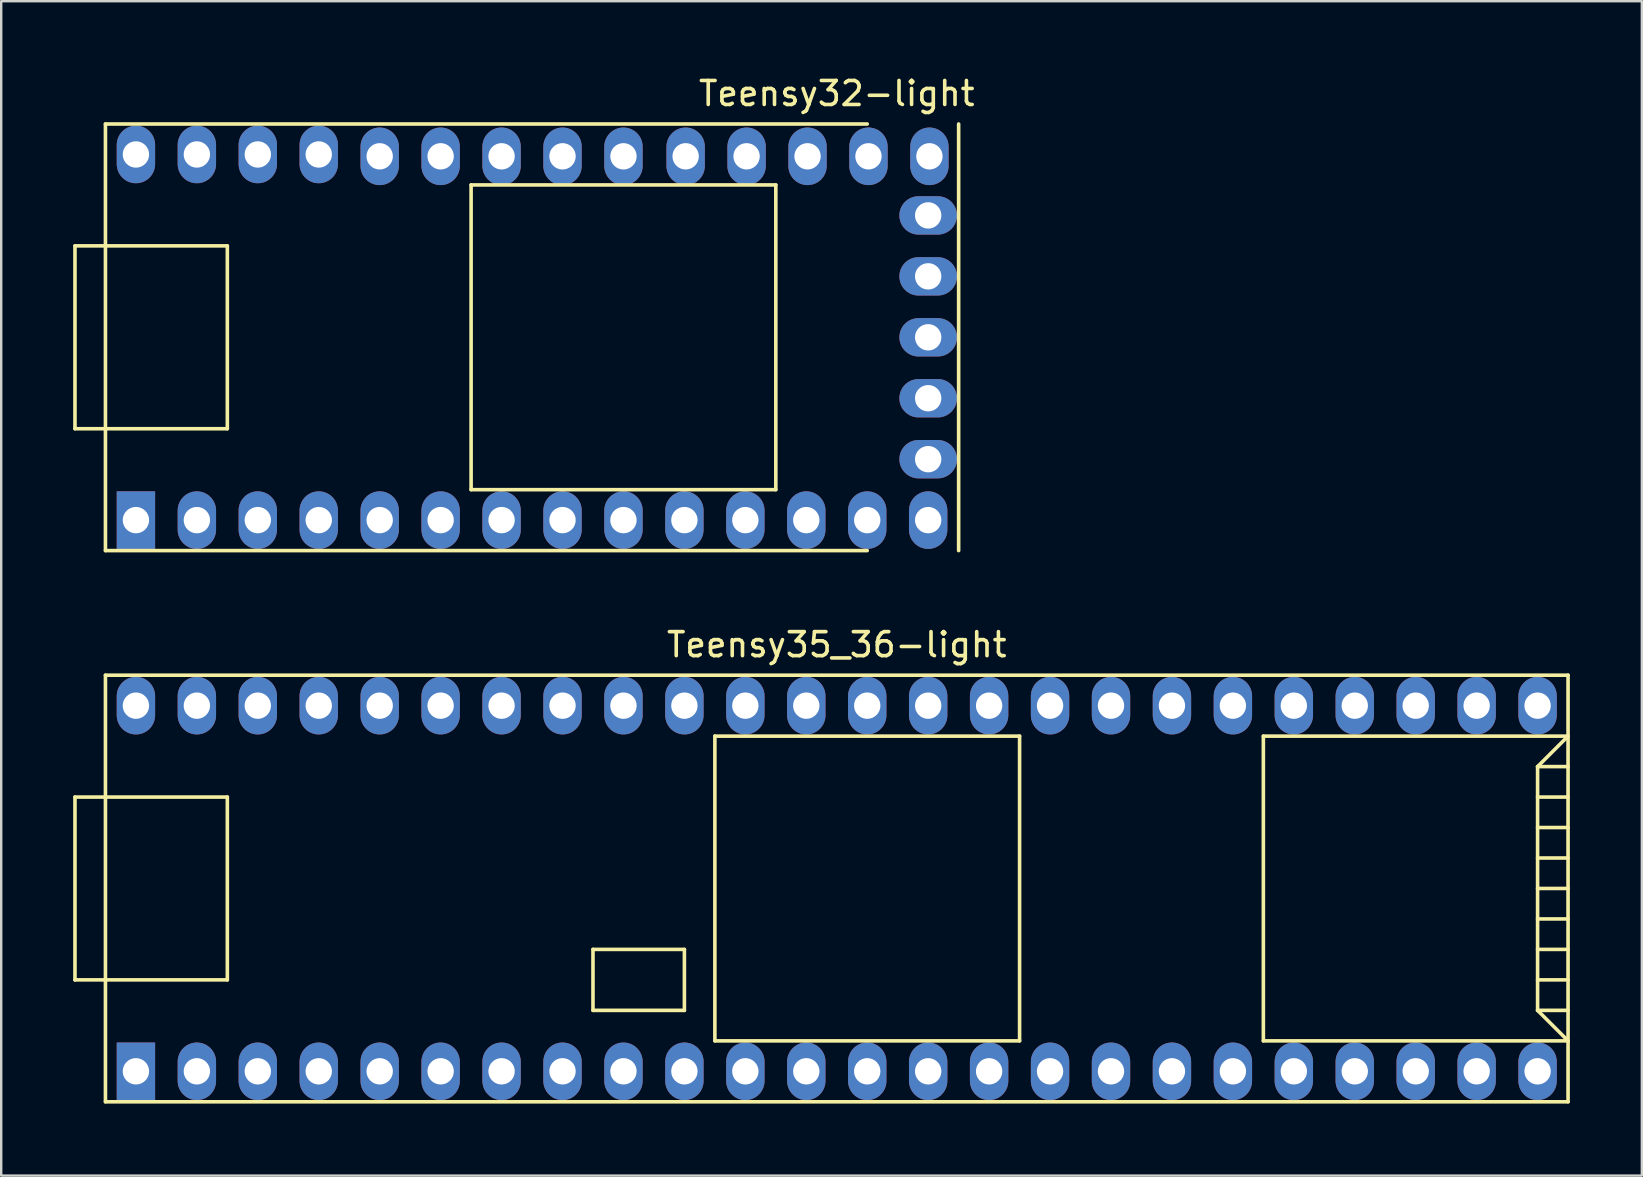
<source format=kicad_pcb>
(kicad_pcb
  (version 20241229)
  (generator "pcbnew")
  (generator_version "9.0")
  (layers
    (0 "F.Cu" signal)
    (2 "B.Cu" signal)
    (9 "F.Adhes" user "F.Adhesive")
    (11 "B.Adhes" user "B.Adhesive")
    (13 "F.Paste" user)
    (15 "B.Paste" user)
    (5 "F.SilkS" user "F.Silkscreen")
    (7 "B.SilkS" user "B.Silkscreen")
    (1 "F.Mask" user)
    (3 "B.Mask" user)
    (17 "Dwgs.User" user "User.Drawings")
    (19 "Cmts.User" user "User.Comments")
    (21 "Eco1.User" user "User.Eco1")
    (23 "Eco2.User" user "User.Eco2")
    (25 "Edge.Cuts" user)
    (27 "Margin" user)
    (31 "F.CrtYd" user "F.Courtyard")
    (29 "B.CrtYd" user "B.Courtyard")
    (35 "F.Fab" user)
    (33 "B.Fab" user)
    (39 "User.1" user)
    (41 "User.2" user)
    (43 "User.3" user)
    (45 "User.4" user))
  (footprint "Teensy32-light"
    (layer "F.Cu")
    (at 31.825 11.008)
    (property "Reference" "Teensy32-light" (at 0 -10.16 0) (layer "F.SilkS") (effects (font (size 1 1) (thickness 0.15))))
    (attr through_hole)
    (fp_line (start -31.75 -3.81) (end -30.48 -3.81) (stroke (width 0.15) (type solid)) (layer "F.SilkS"))
    (fp_line (start -31.75 3.81) (end -31.75 -3.81) (stroke (width 0.15) (type solid)) (layer "F.SilkS"))
    (fp_line (start -30.48 3.81) (end -31.75 3.81) (stroke (width 0.15) (type solid)) (layer "F.SilkS"))
    (fp_line (start -30.48 8.89) (end -30.48 -8.89) (stroke (width 0.15) (type solid)) (layer "F.SilkS"))
    (fp_line (start -30.48 8.89) (end 1.27 8.89) (stroke (width 0.15) (type solid)) (layer "F.SilkS"))
    (fp_line (start -25.4 -3.81) (end -30.48 -3.81) (stroke (width 0.15) (type solid)) (layer "F.SilkS"))
    (fp_line (start -25.4 3.81) (end -30.48 3.81) (stroke (width 0.15) (type solid)) (layer "F.SilkS"))
    (fp_line (start -25.4 3.81) (end -25.4 -3.81) (stroke (width 0.15) (type solid)) (layer "F.SilkS"))
    (fp_line (start -15.24 -6.35) (end -15.24 6.35) (stroke (width 0.15) (type solid)) (layer "F.SilkS"))
    (fp_line (start -15.24 -6.35) (end -2.54 -6.35) (stroke (width 0.15) (type solid)) (layer "F.SilkS"))
    (fp_line (start -15.24 6.35) (end -2.54 6.35) (stroke (width 0.15) (type solid)) (layer "F.SilkS"))
    (fp_line (start -2.54 6.35) (end -2.54 -6.35) (stroke (width 0.15) (type solid)) (layer "F.SilkS"))
    (fp_line (start 1.27 -8.89) (end -30.48 -8.89) (stroke (width 0.15) (type solid)) (layer "F.SilkS"))
    (fp_line (start 5.08 -8.89) (end 5.08 8.89) (stroke (width 0.15) (type solid)) (layer "F.SilkS"))
    (pad "1" thru_hole rect (at -29.21 7.62) (size 1.6 2.4) (drill 1.1) (layers "*.Cu" "*.Mask"))
    (pad "2" thru_hole oval (at -26.67 7.62) (size 1.6 2.4) (drill 1.1) (layers "*.Cu" "*.Mask"))
    (pad "3" thru_hole oval (at -24.13 7.62) (size 1.6 2.4) (drill 1.1) (layers "*.Cu" "*.Mask"))
    (pad "4" thru_hole oval (at -21.59 7.62) (size 1.6 2.4) (drill 1.1) (layers "*.Cu" "*.Mask"))
    (pad "5" thru_hole oval (at -19.05 7.62) (size 1.6 2.4) (drill 1.1) (layers "*.Cu" "*.Mask"))
    (pad "6" thru_hole oval (at -16.51 7.62) (size 1.6 2.4) (drill 1.1) (layers "*.Cu" "*.Mask"))
    (pad "7" thru_hole oval (at -13.97 7.62) (size 1.6 2.4) (drill 1.1) (layers "*.Cu" "*.Mask"))
    (pad "8" thru_hole oval (at -11.43 7.62) (size 1.6 2.4) (drill 1.1) (layers "*.Cu" "*.Mask"))
    (pad "9" thru_hole oval (at -8.89 7.62) (size 1.6 2.4) (drill 1.1) (layers "*.Cu" "*.Mask"))
    (pad "10" thru_hole oval (at -6.35 7.62) (size 1.6 2.4) (drill 1.1) (layers "*.Cu" "*.Mask"))
    (pad "11" thru_hole oval (at -3.81 7.62) (size 1.6 2.4) (drill 1.1) (layers "*.Cu" "*.Mask"))
    (pad "12" thru_hole oval (at -1.27 7.62) (size 1.6 2.4) (drill 1.1) (layers "*.Cu" "*.Mask"))
    (pad "13" thru_hole oval (at 1.27 7.62 180) (size 1.6 2.4) (drill 1.1) (layers "*.Cu" "*.Mask"))
    (pad "14" thru_hole oval (at 3.81 7.62 180) (size 1.6 2.4) (drill 1.1) (layers "*.Cu" "*.Mask"))
    (pad "15" thru_hole oval (at 3.81 5.08 90) (size 1.6 2.4) (drill 1.1) (layers "*.Cu" "*.Mask"))
    (pad "16" thru_hole oval (at 3.81 2.54 90) (size 1.6 2.4) (drill 1.1) (layers "*.Cu" "*.Mask"))
    (pad "17" thru_hole oval (at 3.81 0 90) (size 1.6 2.4) (drill 1.1) (layers "*.Cu" "*.Mask"))
    (pad "18" thru_hole oval (at 3.81 -2.54 270) (size 1.6 2.4) (drill 1.1) (layers "*.Cu" "*.Mask"))
    (pad "19" thru_hole oval (at 3.81 -5.08 270) (size 1.6 2.4) (drill 1.1) (layers "*.Cu" "*.Mask"))
    (pad "20" thru_hole oval (at 3.862 -7.543 180) (size 1.6 2.4) (drill 1.1) (layers "*.Cu" "*.Mask"))
    (pad "21" thru_hole oval (at 1.322 -7.543 180) (size 1.6 2.4) (drill 1.1) (layers "*.Cu" "*.Mask"))
    (pad "22" thru_hole oval (at -1.218 -7.543 180) (size 1.6 2.4) (drill 1.1) (layers "*.Cu" "*.Mask"))
    (pad "23" thru_hole oval (at -3.758 -7.543 180) (size 1.6 2.4) (drill 1.1) (layers "*.Cu" "*.Mask"))
    (pad "24" thru_hole oval (at -6.298 -7.543 180) (size 1.6 2.4) (drill 1.1) (layers "*.Cu" "*.Mask"))
    (pad "25" thru_hole oval (at -8.89 -7.543 180) (size 1.6 2.4) (drill 1.1) (layers "*.Cu" "*.Mask"))
    (pad "26" thru_hole oval (at -11.43 -7.543 180) (size 1.6 2.4) (drill 1.1) (layers "*.Cu" "*.Mask"))
    (pad "27" thru_hole oval (at -13.97 -7.543 180) (size 1.6 2.4) (drill 1.1) (layers "*.Cu" "*.Mask"))
    (pad "28" thru_hole oval (at -16.51 -7.543 180) (size 1.6 2.4) (drill 1.1) (layers "*.Cu" "*.Mask"))
    (pad "29" thru_hole oval (at -19.05 -7.543 180) (size 1.6 2.4) (drill 1.1) (layers "*.Cu" "*.Mask"))
    (pad "30" thru_hole oval (at -21.59 -7.62 180) (size 1.6 2.4) (drill 1.1) (layers "*.Cu" "*.Mask"))
    (pad "31" thru_hole oval (at -24.13 -7.62 180) (size 1.6 2.4) (drill 1.1) (layers "*.Cu" "*.Mask"))
    (pad "32" thru_hole oval (at -26.67 -7.62 180) (size 1.6 2.4) (drill 1.1) (layers "*.Cu" "*.Mask"))
    (pad "33" thru_hole oval (at -29.21 -7.62 180) (size 1.6 2.4) (drill 1.1) (layers "*.Cu" "*.Mask")))
  (footprint "Teensy35_36-light"
    (layer "F.Cu")
    (at 31.825 33.981)
    (property "Reference" "Teensy35_36-light" (at 0 -10.16 0) (layer "F.SilkS") (effects (font (size 1 1) (thickness 0.15))))
    (attr through_hole)
    (fp_line (start -31.75 -3.81) (end -30.48 -3.81) (stroke (width 0.15) (type solid)) (layer "F.SilkS"))
    (fp_line (start -31.75 3.81) (end -31.75 -3.81) (stroke (width 0.15) (type solid)) (layer "F.SilkS"))
    (fp_line (start -30.48 3.81) (end -31.75 3.81) (stroke (width 0.15) (type solid)) (layer "F.SilkS"))
    (fp_line (start -30.48 8.89) (end -30.48 -8.89) (stroke (width 0.15) (type solid)) (layer "F.SilkS"))
    (fp_line (start -30.48 8.89) (end 30.48 8.89) (stroke (width 0.15) (type solid)) (layer "F.SilkS"))
    (fp_line (start -25.4 -3.81) (end -30.48 -3.81) (stroke (width 0.15) (type solid)) (layer "F.SilkS"))
    (fp_line (start -25.4 3.81) (end -30.48 3.81) (stroke (width 0.15) (type solid)) (layer "F.SilkS"))
    (fp_line (start -25.4 3.81) (end -25.4 -3.81) (stroke (width 0.15) (type solid)) (layer "F.SilkS"))
    (fp_line (start -10.16 2.54) (end -6.35 2.54) (stroke (width 0.15) (type solid)) (layer "F.SilkS"))
    (fp_line (start -10.16 5.08) (end -10.16 2.54) (stroke (width 0.15) (type solid)) (layer "F.SilkS"))
    (fp_line (start -6.35 2.54) (end -6.35 5.08) (stroke (width 0.15) (type solid)) (layer "F.SilkS"))
    (fp_line (start -6.35 5.08) (end -10.16 5.08) (stroke (width 0.15) (type solid)) (layer "F.SilkS"))
    (fp_line (start -5.08 -6.35) (end -5.08 6.35) (stroke (width 0.15) (type solid)) (layer "F.SilkS"))
    (fp_line (start -5.08 -6.35) (end 7.62 -6.35) (stroke (width 0.15) (type solid)) (layer "F.SilkS"))
    (fp_line (start -5.08 6.35) (end 7.62 6.35) (stroke (width 0.15) (type solid)) (layer "F.SilkS"))
    (fp_line (start 7.62 6.35) (end 7.62 -6.35) (stroke (width 0.15) (type solid)) (layer "F.SilkS"))
    (fp_line (start 17.78 -6.35) (end 17.78 6.35) (stroke (width 0.15) (type solid)) (layer "F.SilkS"))
    (fp_line (start 17.78 6.35) (end 30.48 6.35) (stroke (width 0.15) (type solid)) (layer "F.SilkS"))
    (fp_line (start 29.21 -5.08) (end 30.48 -6.35) (stroke (width 0.15) (type solid)) (layer "F.SilkS"))
    (fp_line (start 29.21 -5.08) (end 30.48 -5.08) (stroke (width 0.15) (type solid)) (layer "F.SilkS"))
    (fp_line (start 29.21 -3.81) (end 30.48 -3.81) (stroke (width 0.15) (type solid)) (layer "F.SilkS"))
    (fp_line (start 29.21 -2.54) (end 30.48 -2.54) (stroke (width 0.15) (type solid)) (layer "F.SilkS"))
    (fp_line (start 29.21 -1.27) (end 30.48 -1.27) (stroke (width 0.15) (type solid)) (layer "F.SilkS"))
    (fp_line (start 29.21 0) (end 30.48 0) (stroke (width 0.15) (type solid)) (layer "F.SilkS"))
    (fp_line (start 29.21 1.27) (end 30.48 1.27) (stroke (width 0.15) (type solid)) (layer "F.SilkS"))
    (fp_line (start 29.21 2.54) (end 30.48 2.54) (stroke (width 0.15) (type solid)) (layer "F.SilkS"))
    (fp_line (start 29.21 3.81) (end 30.48 3.81) (stroke (width 0.15) (type solid)) (layer "F.SilkS"))
    (fp_line (start 29.21 5.08) (end 29.21 -5.08) (stroke (width 0.15) (type solid)) (layer "F.SilkS"))
    (fp_line (start 29.21 5.08) (end 30.48 5.08) (stroke (width 0.15) (type solid)) (layer "F.SilkS"))
    (fp_line (start 30.48 -8.89) (end -30.48 -8.89) (stroke (width 0.15) (type solid)) (layer "F.SilkS"))
    (fp_line (start 30.48 -8.89) (end 30.48 8.89) (stroke (width 0.15) (type solid)) (layer "F.SilkS"))
    (fp_line (start 30.48 -6.35) (end 17.78 -6.35) (stroke (width 0.15) (type solid)) (layer "F.SilkS"))
    (fp_line (start 30.48 6.35) (end 29.21 5.08) (stroke (width 0.15) (type solid)) (layer "F.SilkS"))
    (pad "1" thru_hole rect (at -29.21 7.62) (size 1.6 2.4) (drill 1.1) (layers "*.Cu" "*.Mask"))
    (pad "2" thru_hole oval (at -26.67 7.62) (size 1.6 2.4) (drill 1.1) (layers "*.Cu" "*.Mask"))
    (pad "3" thru_hole oval (at -24.13 7.62) (size 1.6 2.4) (drill 1.1) (layers "*.Cu" "*.Mask"))
    (pad "4" thru_hole oval (at -21.59 7.62) (size 1.6 2.4) (drill 1.1) (layers "*.Cu" "*.Mask"))
    (pad "5" thru_hole oval (at -19.05 7.62) (size 1.6 2.4) (drill 1.1) (layers "*.Cu" "*.Mask"))
    (pad "6" thru_hole oval (at -16.51 7.62) (size 1.6 2.4) (drill 1.1) (layers "*.Cu" "*.Mask"))
    (pad "7" thru_hole oval (at -13.97 7.62) (size 1.6 2.4) (drill 1.1) (layers "*.Cu" "*.Mask"))
    (pad "8" thru_hole oval (at -11.43 7.62) (size 1.6 2.4) (drill 1.1) (layers "*.Cu" "*.Mask"))
    (pad "9" thru_hole oval (at -8.89 7.62) (size 1.6 2.4) (drill 1.1) (layers "*.Cu" "*.Mask"))
    (pad "10" thru_hole oval (at -6.35 7.62) (size 1.6 2.4) (drill 1.1) (layers "*.Cu" "*.Mask"))
    (pad "11" thru_hole oval (at -3.81 7.62) (size 1.6 2.4) (drill 1.1) (layers "*.Cu" "*.Mask"))
    (pad "12" thru_hole oval (at -1.27 7.62) (size 1.6 2.4) (drill 1.1) (layers "*.Cu" "*.Mask"))
    (pad "13" thru_hole oval (at 1.27 7.62) (size 1.6 2.4) (drill 1.1) (layers "*.Cu" "*.Mask"))
    (pad "14" thru_hole oval (at 3.81 7.62) (size 1.6 2.4) (drill 1.1) (layers "*.Cu" "*.Mask"))
    (pad "15" thru_hole oval (at 6.35 7.62) (size 1.6 2.4) (drill 1.1) (layers "*.Cu" "*.Mask"))
    (pad "16" thru_hole oval (at 8.89 7.62) (size 1.6 2.4) (drill 1.1) (layers "*.Cu" "*.Mask"))
    (pad "17" thru_hole oval (at 11.43 7.62) (size 1.6 2.4) (drill 1.1) (layers "*.Cu" "*.Mask"))
    (pad "18" thru_hole oval (at 13.97 7.62) (size 1.6 2.4) (drill 1.1) (layers "*.Cu" "*.Mask"))
    (pad "19" thru_hole oval (at 16.51 7.62) (size 1.6 2.4) (drill 1.1) (layers "*.Cu" "*.Mask"))
    (pad "20" thru_hole oval (at 19.05 7.62) (size 1.6 2.4) (drill 1.1) (layers "*.Cu" "*.Mask"))
    (pad "21" thru_hole oval (at 21.59 7.62) (size 1.6 2.4) (drill 1.1) (layers "*.Cu" "*.Mask"))
    (pad "22" thru_hole oval (at 24.13 7.62) (size 1.6 2.4) (drill 1.1) (layers "*.Cu" "*.Mask"))
    (pad "23" thru_hole oval (at 26.67 7.62) (size 1.6 2.4) (drill 1.1) (layers "*.Cu" "*.Mask"))
    (pad "24" thru_hole oval (at 29.21 7.62) (size 1.6 2.4) (drill 1.1) (layers "*.Cu" "*.Mask"))
    (pad "30" thru_hole oval (at 29.21 -7.62) (size 1.6 2.4) (drill 1.1) (layers "*.Cu" "*.Mask"))
    (pad "31" thru_hole oval (at 26.67 -7.62) (size 1.6 2.4) (drill 1.1) (layers "*.Cu" "*.Mask"))
    (pad "32" thru_hole oval (at 24.13 -7.62) (size 1.6 2.4) (drill 1.1) (layers "*.Cu" "*.Mask"))
    (pad "33" thru_hole oval (at 21.59 -7.62) (size 1.6 2.4) (drill 1.1) (layers "*.Cu" "*.Mask"))
    (pad "34" thru_hole oval (at 19.05 -7.62) (size 1.6 2.4) (drill 1.1) (layers "*.Cu" "*.Mask"))
    (pad "35" thru_hole oval (at 16.51 -7.62) (size 1.6 2.4) (drill 1.1) (layers "*.Cu" "*.Mask"))
    (pad "36" thru_hole oval (at 13.97 -7.62) (size 1.6 2.4) (drill 1.1) (layers "*.Cu" "*.Mask"))
    (pad "37" thru_hole oval (at 11.43 -7.62) (size 1.6 2.4) (drill 1.1) (layers "*.Cu" "*.Mask"))
    (pad "38" thru_hole oval (at 8.89 -7.62) (size 1.6 2.4) (drill 1.1) (layers "*.Cu" "*.Mask"))
    (pad "39" thru_hole oval (at 6.35 -7.62) (size 1.6 2.4) (drill 1.1) (layers "*.Cu" "*.Mask"))
    (pad "40" thru_hole oval (at 3.81 -7.62) (size 1.6 2.4) (drill 1.1) (layers "*.Cu" "*.Mask"))
    (pad "41" thru_hole oval (at 1.27 -7.62) (size 1.6 2.4) (drill 1.1) (layers "*.Cu" "*.Mask"))
    (pad "42" thru_hole oval (at -1.27 -7.62) (size 1.6 2.4) (drill 1.1) (layers "*.Cu" "*.Mask"))
    (pad "43" thru_hole oval (at -3.81 -7.62) (size 1.6 2.4) (drill 1.1) (layers "*.Cu" "*.Mask"))
    (pad "44" thru_hole oval (at -6.35 -7.62) (size 1.6 2.4) (drill 1.1) (layers "*.Cu" "*.Mask"))
    (pad "45" thru_hole oval (at -8.89 -7.62) (size 1.6 2.4) (drill 1.1) (layers "*.Cu" "*.Mask"))
    (pad "46" thru_hole oval (at -11.43 -7.62) (size 1.6 2.4) (drill 1.1) (layers "*.Cu" "*.Mask"))
    (pad "47" thru_hole oval (at -13.97 -7.62) (size 1.6 2.4) (drill 1.1) (layers "*.Cu" "*.Mask"))
    (pad "48" thru_hole oval (at -16.51 -7.62) (size 1.6 2.4) (drill 1.1) (layers "*.Cu" "*.Mask"))
    (pad "49" thru_hole oval (at -19.05 -7.62) (size 1.6 2.4) (drill 1.1) (layers "*.Cu" "*.Mask"))
    (pad "50" thru_hole oval (at -21.59 -7.62) (size 1.6 2.4) (drill 1.1) (layers "*.Cu" "*.Mask"))
    (pad "51" thru_hole oval (at -24.13 -7.62) (size 1.6 2.4) (drill 1.1) (layers "*.Cu" "*.Mask"))
    (pad "52" thru_hole oval (at -26.67 -7.62) (size 1.6 2.4) (drill 1.1) (layers "*.Cu" "*.Mask"))
    (pad "53" thru_hole oval (at -29.21 -7.62) (size 1.6 2.4) (drill 1.1) (layers "*.Cu" "*.Mask")))
  (gr_rect
    (start -3 -3)
    (end 65.38 45.947)
    (stroke (width 0.1) (type default))
    (fill no)
    (layer "Edge.Cuts")))
</source>
